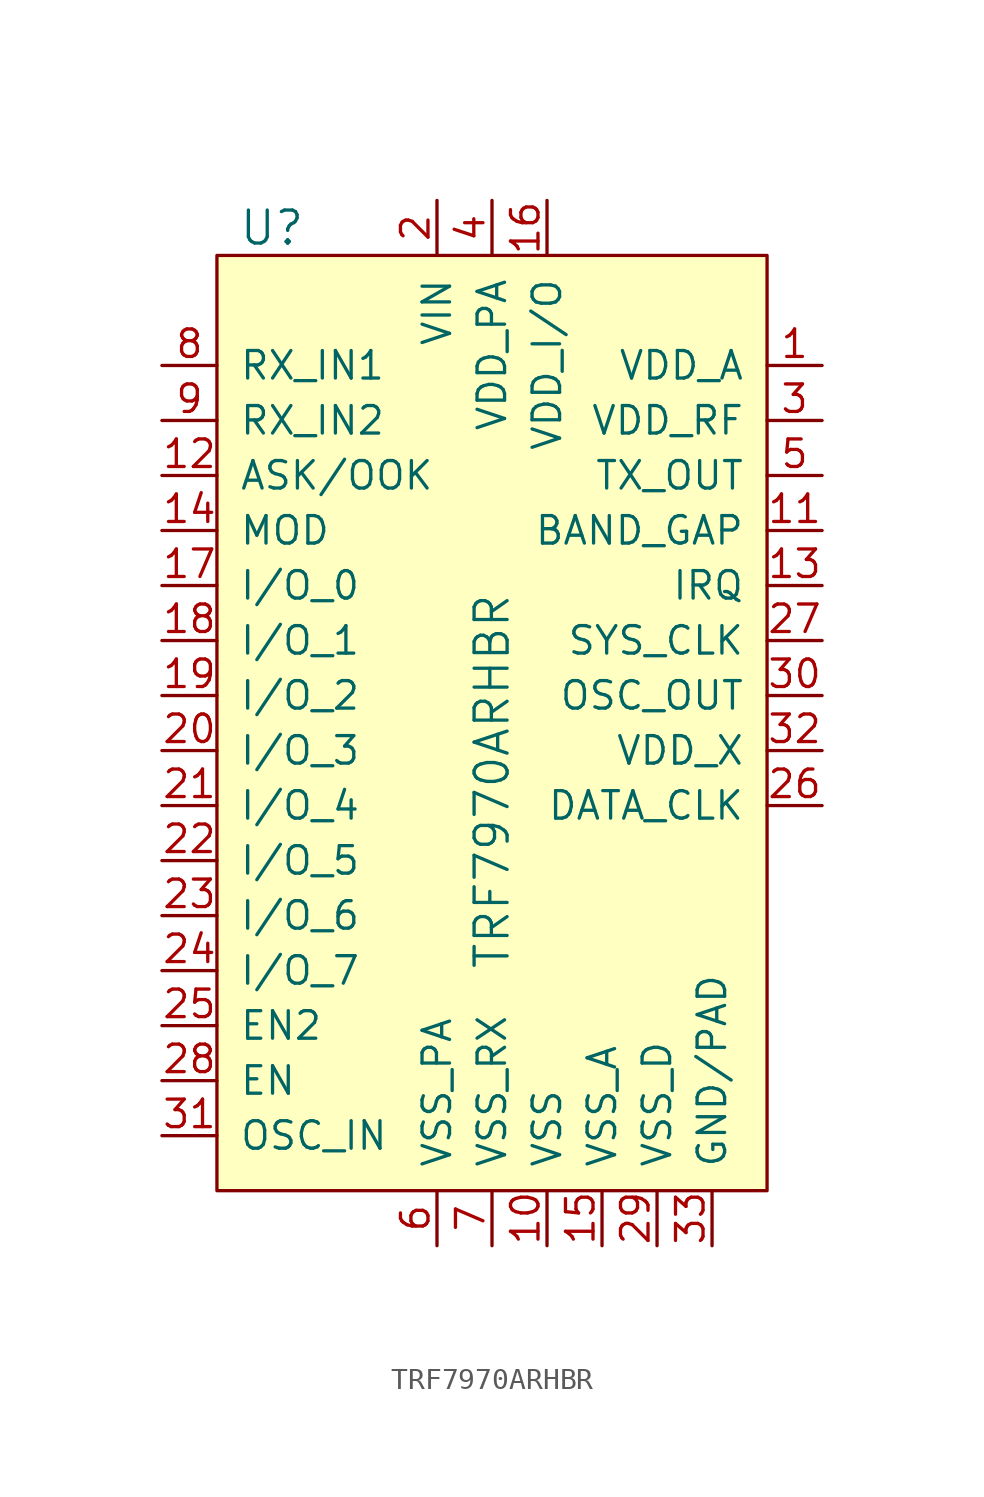
<source format=kicad_sym>
(kicad_symbol_lib
  (version 20211014)
  (generator kicad_symbol_editor)
  (symbol "TRF7970ARHBR"
    (pin_names
      (offset 1.016))
    (property "Reference" "U"
      (at -10.16 19.05 0)
      (effects (font (size 1.524 1.524))))
    (property "Value" "TRF7970ARHBR"
      (at 0 -15.24 90)
      (effects (font (size 1.524 1.524)) (justify left)))
    (symbol "TRF7970ARHBR_0_1"
      (rectangle (start -12.7 17.78) (end 12.7 -25.4) (stroke (width 0) (type default) (color 0 0 0 0)) (fill (type background))))
    (symbol "TRF7970ARHBR_1_1"
      (pin power_out line (at 15.24 12.7 180) (length 2.54) (name "VDD_A" (effects (font (size 1.27 1.27)))) (number "1" (effects (font (size 1.27 1.27)))))
      (pin power_in line (at 2.54 -27.94 90) (length 2.54) (name "VSS" (effects (font (size 1.27 1.27)))) (number "10" (effects (font (size 1.27 1.27)))))
      (pin output line (at 15.24 5.08 180) (length 2.54) (name "BAND_GAP" (effects (font (size 1.27 1.27)))) (number "11" (effects (font (size 1.27 1.27)))))
      (pin bidirectional line (at -15.24 7.62 0) (length 2.54) (name "ASK/OOK" (effects (font (size 1.27 1.27)))) (number "12" (effects (font (size 1.27 1.27)))))
      (pin output line (at 15.24 2.54 180) (length 2.54) (name "IRQ" (effects (font (size 1.27 1.27)))) (number "13" (effects (font (size 1.27 1.27)))))
      (pin bidirectional line (at -15.24 5.08 0) (length 2.54) (name "MOD" (effects (font (size 1.27 1.27)))) (number "14" (effects (font (size 1.27 1.27)))))
      (pin power_in line (at 5.08 -27.94 90) (length 2.54) (name "VSS_A" (effects (font (size 1.27 1.27)))) (number "15" (effects (font (size 1.27 1.27)))))
      (pin power_in line (at 2.54 20.32 270) (length 2.54) (name "VDD_I/O" (effects (font (size 1.27 1.27)))) (number "16" (effects (font (size 1.27 1.27)))))
      (pin bidirectional line (at -15.24 2.54 0) (length 2.54) (name "I/O_0" (effects (font (size 1.27 1.27)))) (number "17" (effects (font (size 1.27 1.27)))))
      (pin bidirectional line (at -15.24 0 0) (length 2.54) (name "I/O_1" (effects (font (size 1.27 1.27)))) (number "18" (effects (font (size 1.27 1.27)))))
      (pin bidirectional line (at -15.24 -2.54 0) (length 2.54) (name "I/O_2" (effects (font (size 1.27 1.27)))) (number "19" (effects (font (size 1.27 1.27)))))
      (pin power_in line (at -2.54 20.32 270) (length 2.54) (name "VIN" (effects (font (size 1.27 1.27)))) (number "2" (effects (font (size 1.27 1.27)))))
      (pin bidirectional line (at -15.24 -5.08 0) (length 2.54) (name "I/O_3" (effects (font (size 1.27 1.27)))) (number "20" (effects (font (size 1.27 1.27)))))
      (pin bidirectional line (at -15.24 -7.62 0) (length 2.54) (name "I/O_4" (effects (font (size 1.27 1.27)))) (number "21" (effects (font (size 1.27 1.27)))))
      (pin bidirectional line (at -15.24 -10.16 0) (length 2.54) (name "I/O_5" (effects (font (size 1.27 1.27)))) (number "22" (effects (font (size 1.27 1.27)))))
      (pin bidirectional line (at -15.24 -12.7 0) (length 2.54) (name "I/O_6" (effects (font (size 1.27 1.27)))) (number "23" (effects (font (size 1.27 1.27)))))
      (pin bidirectional line (at -15.24 -15.24 0) (length 2.54) (name "I/O_7" (effects (font (size 1.27 1.27)))) (number "24" (effects (font (size 1.27 1.27)))))
      (pin input line (at -15.24 -17.78 0) (length 2.54) (name "EN2" (effects (font (size 1.27 1.27)))) (number "25" (effects (font (size 1.27 1.27)))))
      (pin output line (at 15.24 -7.62 180) (length 2.54) (name "DATA_CLK" (effects (font (size 1.27 1.27)))) (number "26" (effects (font (size 1.27 1.27)))))
      (pin output line (at 15.24 0 180) (length 2.54) (name "SYS_CLK" (effects (font (size 1.27 1.27)))) (number "27" (effects (font (size 1.27 1.27)))))
      (pin input line (at -15.24 -20.32 0) (length 2.54) (name "EN" (effects (font (size 1.27 1.27)))) (number "28" (effects (font (size 1.27 1.27)))))
      (pin power_in line (at 7.62 -27.94 90) (length 2.54) (name "VSS_D" (effects (font (size 1.27 1.27)))) (number "29" (effects (font (size 1.27 1.27)))))
      (pin power_out line (at 15.24 10.16 180) (length 2.54) (name "VDD_RF" (effects (font (size 1.27 1.27)))) (number "3" (effects (font (size 1.27 1.27)))))
      (pin output line (at 15.24 -2.54 180) (length 2.54) (name "OSC_OUT" (effects (font (size 1.27 1.27)))) (number "30" (effects (font (size 1.27 1.27)))))
      (pin bidirectional line (at -15.24 -22.86 0) (length 2.54) (name "OSC_IN" (effects (font (size 1.27 1.27)))) (number "31" (effects (font (size 1.27 1.27)))))
      (pin power_out line (at 15.24 -5.08 180) (length 2.54) (name "VDD_X" (effects (font (size 1.27 1.27)))) (number "32" (effects (font (size 1.27 1.27)))))
      (pin power_in line (at 10.16 -27.94 90) (length 2.54) (name "GND/PAD" (effects (font (size 1.27 1.27)))) (number "33" (effects (font (size 1.27 1.27)))))
      (pin power_in line (at 0 20.32 270) (length 2.54) (name "VDD_PA" (effects (font (size 1.27 1.27)))) (number "4" (effects (font (size 1.27 1.27)))))
      (pin output line (at 15.24 7.62 180) (length 2.54) (name "TX_OUT" (effects (font (size 1.27 1.27)))) (number "5" (effects (font (size 1.27 1.27)))))
      (pin power_in line (at -2.54 -27.94 90) (length 2.54) (name "VSS_PA" (effects (font (size 1.27 1.27)))) (number "6" (effects (font (size 1.27 1.27)))))
      (pin power_in line (at 0 -27.94 90) (length 2.54) (name "VSS_RX" (effects (font (size 1.27 1.27)))) (number "7" (effects (font (size 1.27 1.27)))))
      (pin input line (at -15.24 12.7 0) (length 2.54) (name "RX_IN1" (effects (font (size 1.27 1.27)))) (number "8" (effects (font (size 1.27 1.27)))))
      (pin input line (at -15.24 10.16 0) (length 2.54) (name "RX_IN2" (effects (font (size 1.27 1.27)))) (number "9" (effects (font (size 1.27 1.27))))))))
</source>
